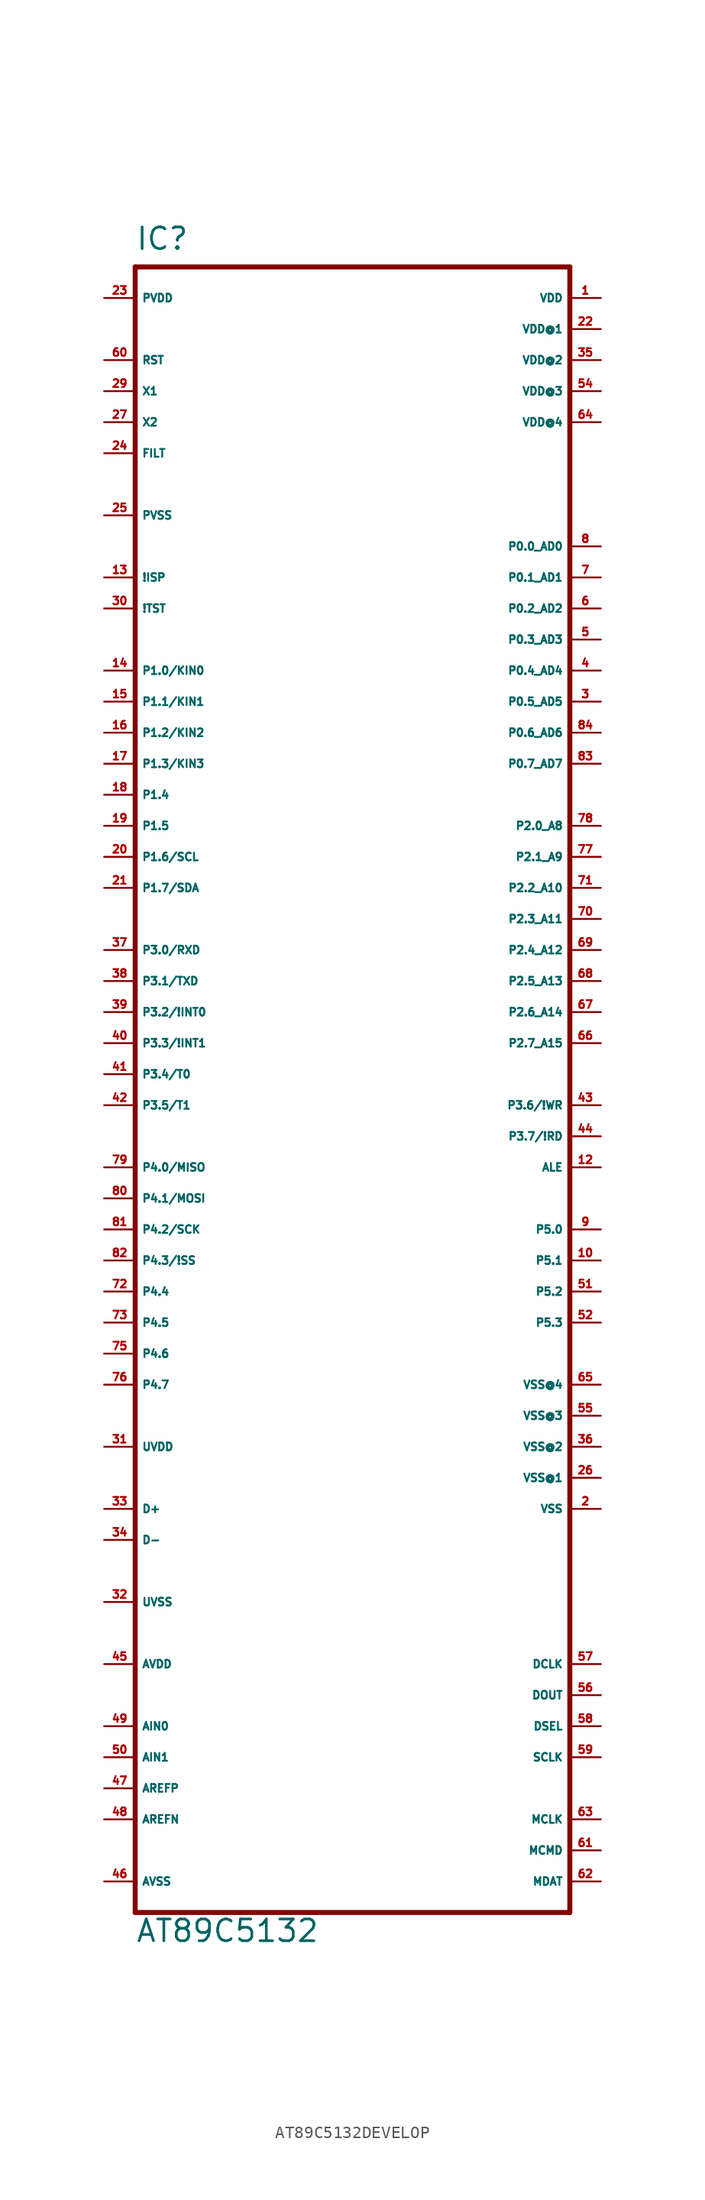
<source format=kicad_sym>
(kicad_symbol_lib
  (version 20220914)
  (generator Eagle2Kicad)
  (symbol "AT89C5132DEVELOP"
    (property "Reference" "IC"
      (at -17.78 64.77 0)
      (effects (font (size 1.778 1.778) (thickness 0.22)) (justify left bottom)))
    (property "Value" "AT89C5132"
      (at -17.78 -73.66 0)
      (effects (font (size 1.778 1.778) (thickness 0.22)) (justify left bottom)))
    (polyline
      (pts (xy -17.78 -71.12) (xy 17.78 -71.12))
      (stroke (width 0.406) (type default))
      (fill (type none)))
    (polyline
      (pts (xy 17.78 -71.12) (xy 17.78 63.5))
      (stroke (width 0.406) (type default))
      (fill (type none)))
    (polyline
      (pts (xy 17.78 63.5) (xy -17.78 63.5))
      (stroke (width 0.406) (type default))
      (fill (type none)))
    (polyline
      (pts (xy -17.78 63.5) (xy -17.78 -71.12))
      (stroke (width 0.406) (type default))
      (fill (type none)))
    (pin unspecified line
      (at 20.32 58.42 180)
      (length 2.54)
      (name "VDD@1" (effects (font (size 0.635 0.635) (thickness 0.08)) (justify left bottom)))
      (number "22" (effects (font (size 0.635 0.635) (thickness 0.08)) (justify left bottom))))
    (pin bidirectional line
      (at 20.32 40.64 180)
      (length 2.54)
      (name "P0.0_AD0" (effects (font (size 0.635 0.635) (thickness 0.08)) (justify left bottom)))
      (number "8" (effects (font (size 0.635 0.635) (thickness 0.08)) (justify left bottom))))
    (pin bidirectional line
      (at 20.32 38.1 180)
      (length 2.54)
      (name "P0.1_AD1" (effects (font (size 0.635 0.635) (thickness 0.08)) (justify left bottom)))
      (number "7" (effects (font (size 0.635 0.635) (thickness 0.08)) (justify left bottom))))
    (pin bidirectional line
      (at 20.32 35.56 180)
      (length 2.54)
      (name "P0.2_AD2" (effects (font (size 0.635 0.635) (thickness 0.08)) (justify left bottom)))
      (number "6" (effects (font (size 0.635 0.635) (thickness 0.08)) (justify left bottom))))
    (pin bidirectional line
      (at 20.32 33.02 180)
      (length 2.54)
      (name "P0.3_AD3" (effects (font (size 0.635 0.635) (thickness 0.08)) (justify left bottom)))
      (number "5" (effects (font (size 0.635 0.635) (thickness 0.08)) (justify left bottom))))
    (pin bidirectional line
      (at 20.32 30.48 180)
      (length 2.54)
      (name "P0.4_AD4" (effects (font (size 0.635 0.635) (thickness 0.08)) (justify left bottom)))
      (number "4" (effects (font (size 0.635 0.635) (thickness 0.08)) (justify left bottom))))
    (pin bidirectional line
      (at 20.32 27.94 180)
      (length 2.54)
      (name "P0.5_AD5" (effects (font (size 0.635 0.635) (thickness 0.08)) (justify left bottom)))
      (number "3" (effects (font (size 0.635 0.635) (thickness 0.08)) (justify left bottom))))
    (pin bidirectional line
      (at 20.32 25.4 180)
      (length 2.54)
      (name "P0.6_AD6" (effects (font (size 0.635 0.635) (thickness 0.08)) (justify left bottom)))
      (number "84" (effects (font (size 0.635 0.635) (thickness 0.08)) (justify left bottom))))
    (pin bidirectional line
      (at 20.32 22.86 180)
      (length 2.54)
      (name "P0.7_AD7" (effects (font (size 0.635 0.635) (thickness 0.08)) (justify left bottom)))
      (number "83" (effects (font (size 0.635 0.635) (thickness 0.08)) (justify left bottom))))
    (pin input line
      (at -20.32 53.34 0)
      (length 2.54)
      (name "X1" (effects (font (size 0.635 0.635) (thickness 0.08)) (justify left bottom)))
      (number "29" (effects (font (size 0.635 0.635) (thickness 0.08)) (justify left bottom))))
    (pin input line
      (at -20.32 50.8 0)
      (length 2.54)
      (name "X2" (effects (font (size 0.635 0.635) (thickness 0.08)) (justify left bottom)))
      (number "27" (effects (font (size 0.635 0.635) (thickness 0.08)) (justify left bottom))))
    (pin input line
      (at -20.32 55.88 0)
      (length 2.54)
      (name "RST" (effects (font (size 0.635 0.635) (thickness 0.08)) (justify left bottom)))
      (number "60" (effects (font (size 0.635 0.635) (thickness 0.08)) (justify left bottom))))
    (pin bidirectional line
      (at 20.32 -10.16 180)
      (length 2.54)
      (name "ALE" (effects (font (size 0.635 0.635) (thickness 0.08)) (justify left bottom)))
      (number "12" (effects (font (size 0.635 0.635) (thickness 0.08)) (justify left bottom))))
    (pin bidirectional line
      (at -20.32 -17.78 0)
      (length 2.54)
      (name "P4.3/!SS" (effects (font (size 0.635 0.635) (thickness 0.08)) (justify left bottom)))
      (number "82" (effects (font (size 0.635 0.635) (thickness 0.08)) (justify left bottom))))
    (pin bidirectional line
      (at 20.32 17.78 180)
      (length 2.54)
      (name "P2.0_A8" (effects (font (size 0.635 0.635) (thickness 0.08)) (justify left bottom)))
      (number "78" (effects (font (size 0.635 0.635) (thickness 0.08)) (justify left bottom))))
    (pin bidirectional line
      (at 20.32 15.24 180)
      (length 2.54)
      (name "P2.1_A9" (effects (font (size 0.635 0.635) (thickness 0.08)) (justify left bottom)))
      (number "77" (effects (font (size 0.635 0.635) (thickness 0.08)) (justify left bottom))))
    (pin bidirectional line
      (at 20.32 12.7 180)
      (length 2.54)
      (name "P2.2_A10" (effects (font (size 0.635 0.635) (thickness 0.08)) (justify left bottom)))
      (number "71" (effects (font (size 0.635 0.635) (thickness 0.08)) (justify left bottom))))
    (pin bidirectional line
      (at 20.32 10.16 180)
      (length 2.54)
      (name "P2.3_A11" (effects (font (size 0.635 0.635) (thickness 0.08)) (justify left bottom)))
      (number "70" (effects (font (size 0.635 0.635) (thickness 0.08)) (justify left bottom))))
    (pin bidirectional line
      (at 20.32 7.62 180)
      (length 2.54)
      (name "P2.4_A12" (effects (font (size 0.635 0.635) (thickness 0.08)) (justify left bottom)))
      (number "69" (effects (font (size 0.635 0.635) (thickness 0.08)) (justify left bottom))))
    (pin bidirectional line
      (at 20.32 5.08 180)
      (length 2.54)
      (name "P2.5_A13" (effects (font (size 0.635 0.635) (thickness 0.08)) (justify left bottom)))
      (number "68" (effects (font (size 0.635 0.635) (thickness 0.08)) (justify left bottom))))
    (pin bidirectional line
      (at 20.32 2.54 180)
      (length 2.54)
      (name "P2.6_A14" (effects (font (size 0.635 0.635) (thickness 0.08)) (justify left bottom)))
      (number "67" (effects (font (size 0.635 0.635) (thickness 0.08)) (justify left bottom))))
    (pin bidirectional line
      (at 20.32 0 180)
      (length 2.54)
      (name "P2.7_A15" (effects (font (size 0.635 0.635) (thickness 0.08)) (justify left bottom)))
      (number "66" (effects (font (size 0.635 0.635) (thickness 0.08)) (justify left bottom))))
    (pin bidirectional line
      (at -20.32 30.48 0)
      (length 2.54)
      (name "P1.0/KIN0" (effects (font (size 0.635 0.635) (thickness 0.08)) (justify left bottom)))
      (number "14" (effects (font (size 0.635 0.635) (thickness 0.08)) (justify left bottom))))
    (pin bidirectional line
      (at -20.32 27.94 0)
      (length 2.54)
      (name "P1.1/KIN1" (effects (font (size 0.635 0.635) (thickness 0.08)) (justify left bottom)))
      (number "15" (effects (font (size 0.635 0.635) (thickness 0.08)) (justify left bottom))))
    (pin bidirectional line
      (at -20.32 25.4 0)
      (length 2.54)
      (name "P1.2/KIN2" (effects (font (size 0.635 0.635) (thickness 0.08)) (justify left bottom)))
      (number "16" (effects (font (size 0.635 0.635) (thickness 0.08)) (justify left bottom))))
    (pin bidirectional line
      (at -20.32 22.86 0)
      (length 2.54)
      (name "P1.3/KIN3" (effects (font (size 0.635 0.635) (thickness 0.08)) (justify left bottom)))
      (number "17" (effects (font (size 0.635 0.635) (thickness 0.08)) (justify left bottom))))
    (pin bidirectional line
      (at -20.32 15.24 0)
      (length 2.54)
      (name "P1.6/SCL" (effects (font (size 0.635 0.635) (thickness 0.08)) (justify left bottom)))
      (number "20" (effects (font (size 0.635 0.635) (thickness 0.08)) (justify left bottom))))
    (pin bidirectional line
      (at -20.32 12.7 0)
      (length 2.54)
      (name "P1.7/SDA" (effects (font (size 0.635 0.635) (thickness 0.08)) (justify left bottom)))
      (number "21" (effects (font (size 0.635 0.635) (thickness 0.08)) (justify left bottom))))
    (pin bidirectional line
      (at -20.32 7.62 0)
      (length 2.54)
      (name "P3.0/RXD" (effects (font (size 0.635 0.635) (thickness 0.08)) (justify left bottom)))
      (number "37" (effects (font (size 0.635 0.635) (thickness 0.08)) (justify left bottom))))
    (pin bidirectional line
      (at -20.32 5.08 0)
      (length 2.54)
      (name "P3.1/TXD" (effects (font (size 0.635 0.635) (thickness 0.08)) (justify left bottom)))
      (number "38" (effects (font (size 0.635 0.635) (thickness 0.08)) (justify left bottom))))
    (pin bidirectional line
      (at -20.32 2.54 0)
      (length 2.54)
      (name "P3.2/!INT0" (effects (font (size 0.635 0.635) (thickness 0.08)) (justify left bottom)))
      (number "39" (effects (font (size 0.635 0.635) (thickness 0.08)) (justify left bottom))))
    (pin bidirectional line
      (at -20.32 0 0)
      (length 2.54)
      (name "P3.3/!INT1" (effects (font (size 0.635 0.635) (thickness 0.08)) (justify left bottom)))
      (number "40" (effects (font (size 0.635 0.635) (thickness 0.08)) (justify left bottom))))
    (pin bidirectional line
      (at -20.32 -2.54 0)
      (length 2.54)
      (name "P3.4/T0" (effects (font (size 0.635 0.635) (thickness 0.08)) (justify left bottom)))
      (number "41" (effects (font (size 0.635 0.635) (thickness 0.08)) (justify left bottom))))
    (pin bidirectional line
      (at -20.32 -5.08 0)
      (length 2.54)
      (name "P3.5/T1" (effects (font (size 0.635 0.635) (thickness 0.08)) (justify left bottom)))
      (number "42" (effects (font (size 0.635 0.635) (thickness 0.08)) (justify left bottom))))
    (pin bidirectional line
      (at 20.32 -5.08 180)
      (length 2.54)
      (name "P3.6/!WR" (effects (font (size 0.635 0.635) (thickness 0.08)) (justify left bottom)))
      (number "43" (effects (font (size 0.635 0.635) (thickness 0.08)) (justify left bottom))))
    (pin bidirectional line
      (at 20.32 -7.62 180)
      (length 2.54)
      (name "P3.7/!RD" (effects (font (size 0.635 0.635) (thickness 0.08)) (justify left bottom)))
      (number "44" (effects (font (size 0.635 0.635) (thickness 0.08)) (justify left bottom))))
    (pin unspecified line
      (at 20.32 60.96 180)
      (length 2.54)
      (name "VDD" (effects (font (size 0.635 0.635) (thickness 0.08)) (justify left bottom)))
      (number "1" (effects (font (size 0.635 0.635) (thickness 0.08)) (justify left bottom))))
    (pin unspecified line
      (at 20.32 -38.1 180)
      (length 2.54)
      (name "VSS" (effects (font (size 0.635 0.635) (thickness 0.08)) (justify left bottom)))
      (number "2" (effects (font (size 0.635 0.635) (thickness 0.08)) (justify left bottom))))
    (pin unspecified line
      (at -20.32 -50.8 0)
      (length 2.54)
      (name "AVDD" (effects (font (size 0.635 0.635) (thickness 0.08)) (justify left bottom)))
      (number "45" (effects (font (size 0.635 0.635) (thickness 0.08)) (justify left bottom))))
    (pin bidirectional line
      (at -20.32 -38.1 0)
      (length 2.54)
      (name "D+" (effects (font (size 0.635 0.635) (thickness 0.08)) (justify left bottom)))
      (number "33" (effects (font (size 0.635 0.635) (thickness 0.08)) (justify left bottom))))
    (pin bidirectional line
      (at -20.32 -40.64 0)
      (length 2.54)
      (name "D-" (effects (font (size 0.635 0.635) (thickness 0.08)) (justify left bottom)))
      (number "34" (effects (font (size 0.635 0.635) (thickness 0.08)) (justify left bottom))))
    (pin unspecified line
      (at 20.32 53.34 180)
      (length 2.54)
      (name "VDD@3" (effects (font (size 0.635 0.635) (thickness 0.08)) (justify left bottom)))
      (number "54" (effects (font (size 0.635 0.635) (thickness 0.08)) (justify left bottom))))
    (pin unspecified line
      (at 20.32 -30.48 180)
      (length 2.54)
      (name "VSS@3" (effects (font (size 0.635 0.635) (thickness 0.08)) (justify left bottom)))
      (number "55" (effects (font (size 0.635 0.635) (thickness 0.08)) (justify left bottom))))
    (pin unspecified line
      (at -20.32 -68.58 0)
      (length 2.54)
      (name "AVSS" (effects (font (size 0.635 0.635) (thickness 0.08)) (justify left bottom)))
      (number "46" (effects (font (size 0.635 0.635) (thickness 0.08)) (justify left bottom))))
    (pin bidirectional line
      (at -20.32 -10.16 0)
      (length 2.54)
      (name "P4.0/MISO" (effects (font (size 0.635 0.635) (thickness 0.08)) (justify left bottom)))
      (number "79" (effects (font (size 0.635 0.635) (thickness 0.08)) (justify left bottom))))
    (pin bidirectional line
      (at -20.32 -12.7 0)
      (length 2.54)
      (name "P4.1/MOSI" (effects (font (size 0.635 0.635) (thickness 0.08)) (justify left bottom)))
      (number "80" (effects (font (size 0.635 0.635) (thickness 0.08)) (justify left bottom))))
    (pin bidirectional line
      (at -20.32 -15.24 0)
      (length 2.54)
      (name "P4.2/SCK" (effects (font (size 0.635 0.635) (thickness 0.08)) (justify left bottom)))
      (number "81" (effects (font (size 0.635 0.635) (thickness 0.08)) (justify left bottom))))
    (pin bidirectional line
      (at -20.32 -20.32 0)
      (length 2.54)
      (name "P4.4" (effects (font (size 0.635 0.635) (thickness 0.08)) (justify left bottom)))
      (number "72" (effects (font (size 0.635 0.635) (thickness 0.08)) (justify left bottom))))
    (pin bidirectional line
      (at 20.32 -15.24 180)
      (length 2.54)
      (name "P5.0" (effects (font (size 0.635 0.635) (thickness 0.08)) (justify left bottom)))
      (number "9" (effects (font (size 0.635 0.635) (thickness 0.08)) (justify left bottom))))
    (pin bidirectional line
      (at 20.32 -17.78 180)
      (length 2.54)
      (name "P5.1" (effects (font (size 0.635 0.635) (thickness 0.08)) (justify left bottom)))
      (number "10" (effects (font (size 0.635 0.635) (thickness 0.08)) (justify left bottom))))
    (pin bidirectional line
      (at 20.32 -20.32 180)
      (length 2.54)
      (name "P5.2" (effects (font (size 0.635 0.635) (thickness 0.08)) (justify left bottom)))
      (number "51" (effects (font (size 0.635 0.635) (thickness 0.08)) (justify left bottom))))
    (pin bidirectional line
      (at 20.32 -22.86 180)
      (length 2.54)
      (name "P5.3" (effects (font (size 0.635 0.635) (thickness 0.08)) (justify left bottom)))
      (number "52" (effects (font (size 0.635 0.635) (thickness 0.08)) (justify left bottom))))
    (pin input line
      (at -20.32 48.26 0)
      (length 2.54)
      (name "FILT" (effects (font (size 0.635 0.635) (thickness 0.08)) (justify left bottom)))
      (number "24" (effects (font (size 0.635 0.635) (thickness 0.08)) (justify left bottom))))
    (pin output line
      (at 20.32 -50.8 180)
      (length 2.54)
      (name "DCLK" (effects (font (size 0.635 0.635) (thickness 0.08)) (justify left bottom)))
      (number "57" (effects (font (size 0.635 0.635) (thickness 0.08)) (justify left bottom))))
    (pin output line
      (at 20.32 -53.34 180)
      (length 2.54)
      (name "DOUT" (effects (font (size 0.635 0.635) (thickness 0.08)) (justify left bottom)))
      (number "56" (effects (font (size 0.635 0.635) (thickness 0.08)) (justify left bottom))))
    (pin output line
      (at 20.32 -55.88 180)
      (length 2.54)
      (name "DSEL" (effects (font (size 0.635 0.635) (thickness 0.08)) (justify left bottom)))
      (number "58" (effects (font (size 0.635 0.635) (thickness 0.08)) (justify left bottom))))
    (pin output line
      (at 20.32 -58.42 180)
      (length 2.54)
      (name "SCLK" (effects (font (size 0.635 0.635) (thickness 0.08)) (justify left bottom)))
      (number "59" (effects (font (size 0.635 0.635) (thickness 0.08)) (justify left bottom))))
    (pin output line
      (at 20.32 -63.5 180)
      (length 2.54)
      (name "MCLK" (effects (font (size 0.635 0.635) (thickness 0.08)) (justify left bottom)))
      (number "63" (effects (font (size 0.635 0.635) (thickness 0.08)) (justify left bottom))))
    (pin bidirectional line
      (at 20.32 -66.04 180)
      (length 2.54)
      (name "MCMD" (effects (font (size 0.635 0.635) (thickness 0.08)) (justify left bottom)))
      (number "61" (effects (font (size 0.635 0.635) (thickness 0.08)) (justify left bottom))))
    (pin bidirectional line
      (at 20.32 -68.58 180)
      (length 2.54)
      (name "MDAT" (effects (font (size 0.635 0.635) (thickness 0.08)) (justify left bottom)))
      (number "62" (effects (font (size 0.635 0.635) (thickness 0.08)) (justify left bottom))))
    (pin input line
      (at -20.32 -55.88 0)
      (length 2.54)
      (name "AIN0" (effects (font (size 0.635 0.635) (thickness 0.08)) (justify left bottom)))
      (number "49" (effects (font (size 0.635 0.635) (thickness 0.08)) (justify left bottom))))
    (pin input line
      (at -20.32 -58.42 0)
      (length 2.54)
      (name "AIN1" (effects (font (size 0.635 0.635) (thickness 0.08)) (justify left bottom)))
      (number "50" (effects (font (size 0.635 0.635) (thickness 0.08)) (justify left bottom))))
    (pin input line
      (at -20.32 -60.96 0)
      (length 2.54)
      (name "AREFP" (effects (font (size 0.635 0.635) (thickness 0.08)) (justify left bottom)))
      (number "47" (effects (font (size 0.635 0.635) (thickness 0.08)) (justify left bottom))))
    (pin input line
      (at -20.32 -63.5 0)
      (length 2.54)
      (name "AREFN" (effects (font (size 0.635 0.635) (thickness 0.08)) (justify left bottom)))
      (number "48" (effects (font (size 0.635 0.635) (thickness 0.08)) (justify left bottom))))
    (pin bidirectional line
      (at -20.32 38.1 0)
      (length 2.54)
      (name "!ISP" (effects (font (size 0.635 0.635) (thickness 0.08)) (justify left bottom)))
      (number "13" (effects (font (size 0.635 0.635) (thickness 0.08)) (justify left bottom))))
    (pin input line
      (at -20.32 35.56 0)
      (length 2.54)
      (name "!TST" (effects (font (size 0.635 0.635) (thickness 0.08)) (justify left bottom)))
      (number "30" (effects (font (size 0.635 0.635) (thickness 0.08)) (justify left bottom))))
    (pin unspecified line
      (at -20.32 -33.02 0)
      (length 2.54)
      (name "UVDD" (effects (font (size 0.635 0.635) (thickness 0.08)) (justify left bottom)))
      (number "31" (effects (font (size 0.635 0.635) (thickness 0.08)) (justify left bottom))))
    (pin unspecified line
      (at -20.32 -45.72 0)
      (length 2.54)
      (name "UVSS" (effects (font (size 0.635 0.635) (thickness 0.08)) (justify left bottom)))
      (number "32" (effects (font (size 0.635 0.635) (thickness 0.08)) (justify left bottom))))
    (pin unspecified line
      (at -20.32 60.96 0)
      (length 2.54)
      (name "PVDD" (effects (font (size 0.635 0.635) (thickness 0.08)) (justify left bottom)))
      (number "23" (effects (font (size 0.635 0.635) (thickness 0.08)) (justify left bottom))))
    (pin unspecified line
      (at -20.32 43.18 0)
      (length 2.54)
      (name "PVSS" (effects (font (size 0.635 0.635) (thickness 0.08)) (justify left bottom)))
      (number "25" (effects (font (size 0.635 0.635) (thickness 0.08)) (justify left bottom))))
    (pin bidirectional line
      (at -20.32 20.32 0)
      (length 2.54)
      (name "P1.4" (effects (font (size 0.635 0.635) (thickness 0.08)) (justify left bottom)))
      (number "18" (effects (font (size 0.635 0.635) (thickness 0.08)) (justify left bottom))))
    (pin bidirectional line
      (at -20.32 17.78 0)
      (length 2.54)
      (name "P1.5" (effects (font (size 0.635 0.635) (thickness 0.08)) (justify left bottom)))
      (number "19" (effects (font (size 0.635 0.635) (thickness 0.08)) (justify left bottom))))
    (pin bidirectional line
      (at -20.32 -22.86 0)
      (length 2.54)
      (name "P4.5" (effects (font (size 0.635 0.635) (thickness 0.08)) (justify left bottom)))
      (number "73" (effects (font (size 0.635 0.635) (thickness 0.08)) (justify left bottom))))
    (pin bidirectional line
      (at -20.32 -25.4 0)
      (length 2.54)
      (name "P4.6" (effects (font (size 0.635 0.635) (thickness 0.08)) (justify left bottom)))
      (number "75" (effects (font (size 0.635 0.635) (thickness 0.08)) (justify left bottom))))
    (pin bidirectional line
      (at -20.32 -27.94 0)
      (length 2.54)
      (name "P4.7" (effects (font (size 0.635 0.635) (thickness 0.08)) (justify left bottom)))
      (number "76" (effects (font (size 0.635 0.635) (thickness 0.08)) (justify left bottom))))
    (pin unspecified line
      (at 20.32 -35.56 180)
      (length 2.54)
      (name "VSS@1" (effects (font (size 0.635 0.635) (thickness 0.08)) (justify left bottom)))
      (number "26" (effects (font (size 0.635 0.635) (thickness 0.08)) (justify left bottom))))
    (pin unspecified line
      (at 20.32 -33.02 180)
      (length 2.54)
      (name "VSS@2" (effects (font (size 0.635 0.635) (thickness 0.08)) (justify left bottom)))
      (number "36" (effects (font (size 0.635 0.635) (thickness 0.08)) (justify left bottom))))
    (pin unspecified line
      (at 20.32 55.88 180)
      (length 2.54)
      (name "VDD@2" (effects (font (size 0.635 0.635) (thickness 0.08)) (justify left bottom)))
      (number "35" (effects (font (size 0.635 0.635) (thickness 0.08)) (justify left bottom))))
    (pin unspecified line
      (at 20.32 50.8 180)
      (length 2.54)
      (name "VDD@4" (effects (font (size 0.635 0.635) (thickness 0.08)) (justify left bottom)))
      (number "64" (effects (font (size 0.635 0.635) (thickness 0.08)) (justify left bottom))))
    (pin unspecified line
      (at 20.32 -27.94 180)
      (length 2.54)
      (name "VSS@4" (effects (font (size 0.635 0.635) (thickness 0.08)) (justify left bottom)))
      (number "65" (effects (font (size 0.635 0.635) (thickness 0.08)) (justify left bottom))))))
</source>
